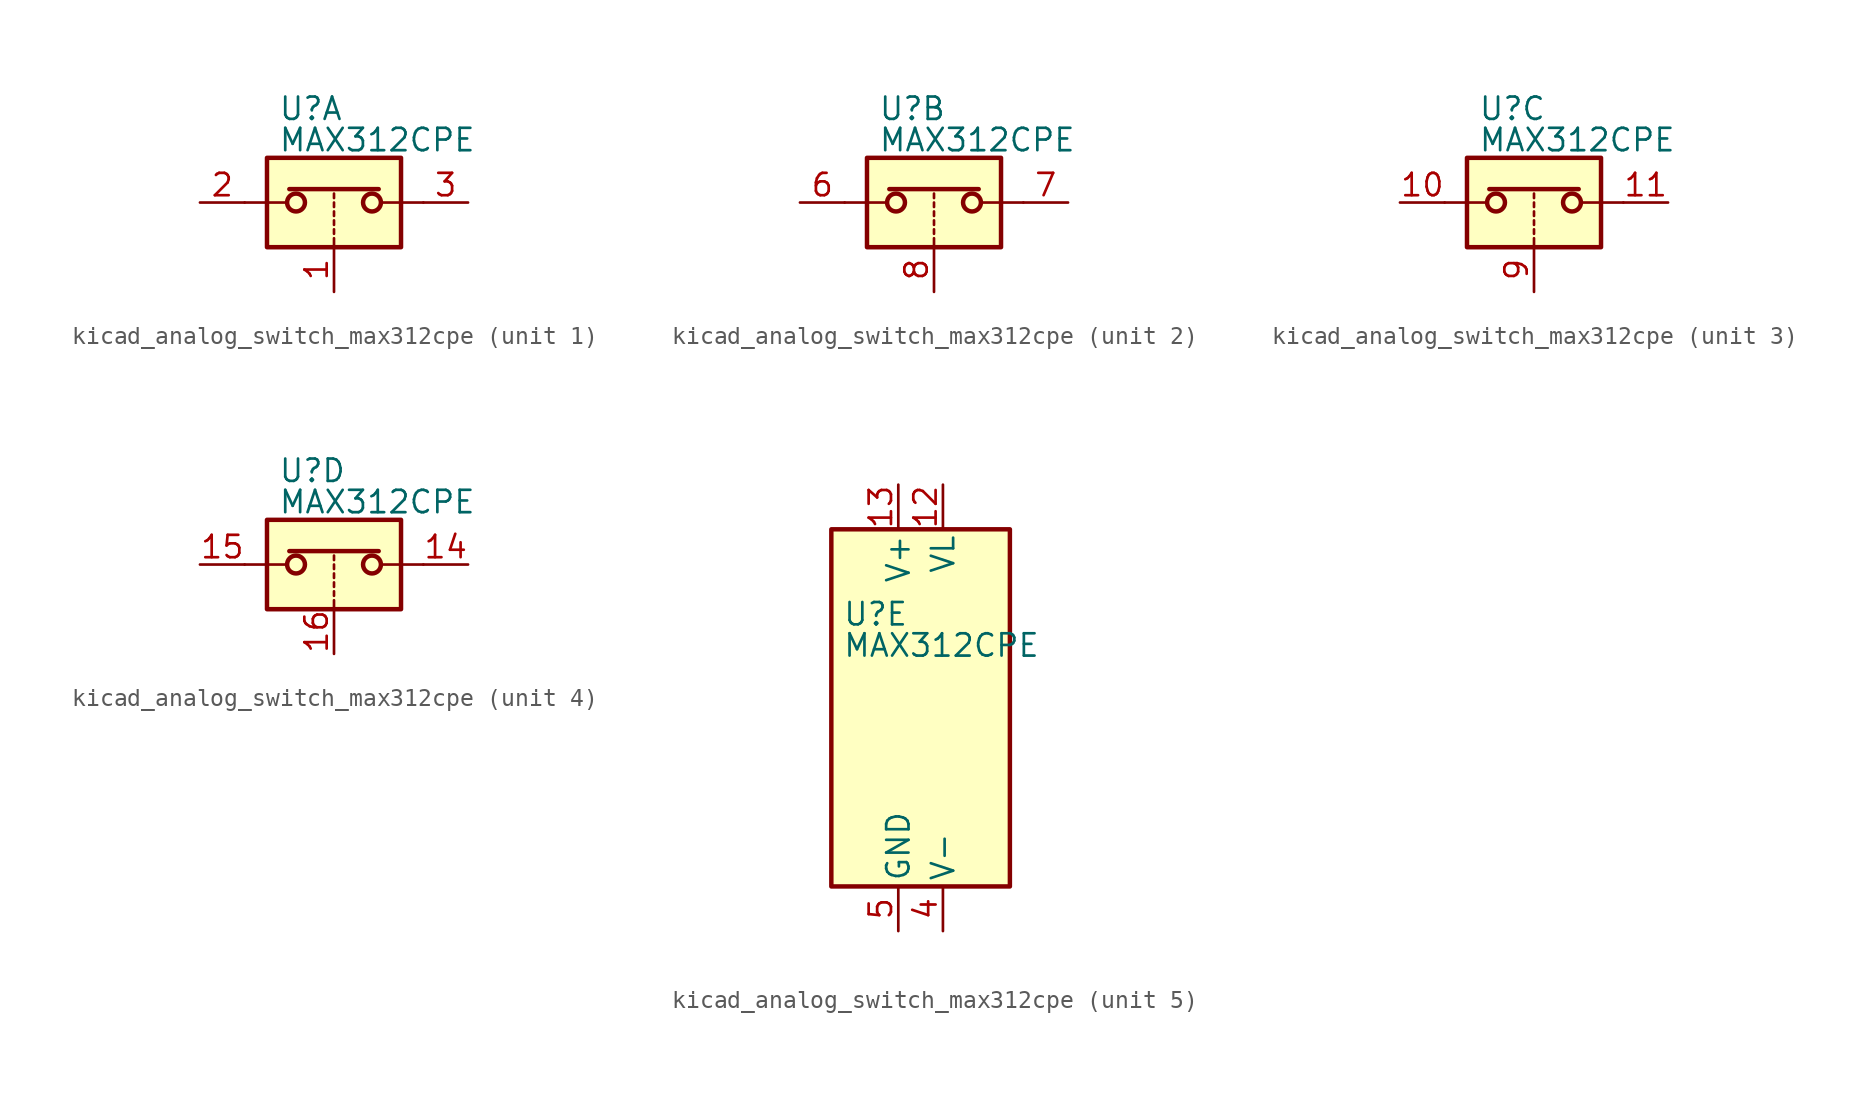
<source format=kicad_sym>
(kicad_symbol_lib
  (version 20220914)
  (generator kicad_symbol_editor)
  (symbol "kicad_analog_switch_max312cpe"
    (pin_names
      (offset 0.254))
    (property "Reference" "U"
      (at -3.175 5.334 0)
      (effects (font (size 1.27 1.27)) (justify left)))
    (property "Value" "MAX312CPE"
      (at -3.175 3.556 0)
      (effects (font (size 1.27 1.27)) (justify left)))
    (symbol "kicad_analog_switch_max312cpe_1_1"
      (rectangle (start -3.81 2.54) (end 3.81 -2.54) (stroke (width 0.254) (type default)) (fill (type background)))
      (circle (center -2.159 0) (radius 0.508) (stroke (width 0.254) (type default)) (fill (type none)))
      (polyline (pts (xy -5.08 0) (xy -2.794 0)) (stroke (width 0) (type default)) (fill (type none)))
      (polyline (pts (xy -2.54 0.762) (xy 2.54 0.762)) (stroke (width 0.254) (type default)) (fill (type none)))
      (polyline (pts (xy 0 -2.54) (xy 0 -2.032)) (stroke (width 0) (type default)) (fill (type none)))
      (polyline (pts (xy 0 -1.778) (xy 0 -1.524)) (stroke (width 0) (type default)) (fill (type none)))
      (polyline (pts (xy 0 -1.27) (xy 0 -1.016)) (stroke (width 0) (type default)) (fill (type none)))
      (polyline (pts (xy 0 -0.762) (xy 0 -0.508)) (stroke (width 0) (type default)) (fill (type none)))
      (polyline (pts (xy 0 -0.254) (xy 0 0)) (stroke (width 0) (type default)) (fill (type none)))
      (polyline (pts (xy 0 0.254) (xy 0 0.508)) (stroke (width 0) (type default)) (fill (type none)))
      (polyline (pts (xy 5.08 0) (xy 2.794 0)) (stroke (width 0) (type default)) (fill (type none)))
      (circle (center 2.159 0) (radius 0.508) (stroke (width 0.254) (type default)) (fill (type none)))
      (pin input line (at 0 -5.08 90) (length 2.54) (name "~" (effects (font (size 1.27 1.27)))) (number "1" (effects (font (size 1.27 1.27)))))
      (pin passive line (at -7.62 0 0) (length 2.54) (name "~" (effects (font (size 1.27 1.27)))) (number "2" (effects (font (size 1.27 1.27)))))
      (pin passive line (at 7.62 0 180) (length 2.54) (name "~" (effects (font (size 1.27 1.27)))) (number "3" (effects (font (size 1.27 1.27))))))
    (symbol "kicad_analog_switch_max312cpe_2_1"
      (rectangle (start -3.81 2.54) (end 3.81 -2.54) (stroke (width 0.254) (type default)) (fill (type background)))
      (circle (center -2.159 0) (radius 0.508) (stroke (width 0.254) (type default)) (fill (type none)))
      (polyline (pts (xy -5.08 0) (xy -2.794 0)) (stroke (width 0) (type default)) (fill (type none)))
      (polyline (pts (xy -2.54 0.762) (xy 2.54 0.762)) (stroke (width 0.254) (type default)) (fill (type none)))
      (polyline (pts (xy 0 -2.54) (xy 0 -2.032)) (stroke (width 0) (type default)) (fill (type none)))
      (polyline (pts (xy 0 -1.778) (xy 0 -1.524)) (stroke (width 0) (type default)) (fill (type none)))
      (polyline (pts (xy 0 -1.27) (xy 0 -1.016)) (stroke (width 0) (type default)) (fill (type none)))
      (polyline (pts (xy 0 -0.762) (xy 0 -0.508)) (stroke (width 0) (type default)) (fill (type none)))
      (polyline (pts (xy 0 -0.254) (xy 0 0)) (stroke (width 0) (type default)) (fill (type none)))
      (polyline (pts (xy 0 0.254) (xy 0 0.508)) (stroke (width 0) (type default)) (fill (type none)))
      (polyline (pts (xy 5.08 0) (xy 2.794 0)) (stroke (width 0) (type default)) (fill (type none)))
      (circle (center 2.159 0) (radius 0.508) (stroke (width 0.254) (type default)) (fill (type none)))
      (pin passive line (at -7.62 0 0) (length 2.54) (name "~" (effects (font (size 1.27 1.27)))) (number "6" (effects (font (size 1.27 1.27)))))
      (pin passive line (at 7.62 0 180) (length 2.54) (name "~" (effects (font (size 1.27 1.27)))) (number "7" (effects (font (size 1.27 1.27)))))
      (pin input line (at 0 -5.08 90) (length 2.54) (name "~" (effects (font (size 1.27 1.27)))) (number "8" (effects (font (size 1.27 1.27))))))
    (symbol "kicad_analog_switch_max312cpe_3_1"
      (rectangle (start -3.81 2.54) (end 3.81 -2.54) (stroke (width 0.254) (type default)) (fill (type background)))
      (circle (center -2.159 0) (radius 0.508) (stroke (width 0.254) (type default)) (fill (type none)))
      (polyline (pts (xy -5.08 0) (xy -2.794 0)) (stroke (width 0) (type default)) (fill (type none)))
      (polyline (pts (xy -2.54 0.762) (xy 2.54 0.762)) (stroke (width 0.254) (type default)) (fill (type none)))
      (polyline (pts (xy 0 -2.54) (xy 0 -2.032)) (stroke (width 0) (type default)) (fill (type none)))
      (polyline (pts (xy 0 -1.778) (xy 0 -1.524)) (stroke (width 0) (type default)) (fill (type none)))
      (polyline (pts (xy 0 -1.27) (xy 0 -1.016)) (stroke (width 0) (type default)) (fill (type none)))
      (polyline (pts (xy 0 -0.762) (xy 0 -0.508)) (stroke (width 0) (type default)) (fill (type none)))
      (polyline (pts (xy 0 -0.254) (xy 0 0)) (stroke (width 0) (type default)) (fill (type none)))
      (polyline (pts (xy 0 0.254) (xy 0 0.508)) (stroke (width 0) (type default)) (fill (type none)))
      (polyline (pts (xy 5.08 0) (xy 2.794 0)) (stroke (width 0) (type default)) (fill (type none)))
      (circle (center 2.159 0) (radius 0.508) (stroke (width 0.254) (type default)) (fill (type none)))
      (pin passive line (at -7.62 0 0) (length 2.54) (name "~" (effects (font (size 1.27 1.27)))) (number "10" (effects (font (size 1.27 1.27)))))
      (pin passive line (at 7.62 0 180) (length 2.54) (name "~" (effects (font (size 1.27 1.27)))) (number "11" (effects (font (size 1.27 1.27)))))
      (pin input line (at 0 -5.08 90) (length 2.54) (name "~" (effects (font (size 1.27 1.27)))) (number "9" (effects (font (size 1.27 1.27))))))
    (symbol "kicad_analog_switch_max312cpe_4_1"
      (rectangle (start -3.81 2.54) (end 3.81 -2.54) (stroke (width 0.254) (type default)) (fill (type background)))
      (circle (center -2.159 0) (radius 0.508) (stroke (width 0.254) (type default)) (fill (type none)))
      (polyline (pts (xy -5.08 0) (xy -2.794 0)) (stroke (width 0) (type default)) (fill (type none)))
      (polyline (pts (xy -2.54 0.762) (xy 2.54 0.762)) (stroke (width 0.254) (type default)) (fill (type none)))
      (polyline (pts (xy 0 -2.54) (xy 0 -2.032)) (stroke (width 0) (type default)) (fill (type none)))
      (polyline (pts (xy 0 -1.778) (xy 0 -1.524)) (stroke (width 0) (type default)) (fill (type none)))
      (polyline (pts (xy 0 -1.27) (xy 0 -1.016)) (stroke (width 0) (type default)) (fill (type none)))
      (polyline (pts (xy 0 -0.762) (xy 0 -0.508)) (stroke (width 0) (type default)) (fill (type none)))
      (polyline (pts (xy 0 -0.254) (xy 0 0)) (stroke (width 0) (type default)) (fill (type none)))
      (polyline (pts (xy 0 0.254) (xy 0 0.508)) (stroke (width 0) (type default)) (fill (type none)))
      (polyline (pts (xy 5.08 0) (xy 2.794 0)) (stroke (width 0) (type default)) (fill (type none)))
      (circle (center 2.159 0) (radius 0.508) (stroke (width 0.254) (type default)) (fill (type none)))
      (pin passive line (at 7.62 0 180) (length 2.54) (name "~" (effects (font (size 1.27 1.27)))) (number "14" (effects (font (size 1.27 1.27)))))
      (pin passive line (at -7.62 0 0) (length 2.54) (name "~" (effects (font (size 1.27 1.27)))) (number "15" (effects (font (size 1.27 1.27)))))
      (pin input line (at 0 -5.08 90) (length 2.54) (name "~" (effects (font (size 1.27 1.27)))) (number "16" (effects (font (size 1.27 1.27))))))
    (symbol "kicad_analog_switch_max312cpe_5_0"
      (pin power_in line (at 2.54 12.7 270) (length 2.54) (name "VL" (effects (font (size 1.27 1.27)))) (number "12" (effects (font (size 1.27 1.27)))))
      (pin power_in line (at 0 12.7 270) (length 2.54) (name "V+" (effects (font (size 1.27 1.27)))) (number "13" (effects (font (size 1.27 1.27)))))
      (pin power_in line (at 2.54 -12.7 90) (length 2.54) (name "V-" (effects (font (size 1.27 1.27)))) (number "4" (effects (font (size 1.27 1.27)))))
      (pin power_in line (at 0 -12.7 90) (length 2.54) (name "GND" (effects (font (size 1.27 1.27)))) (number "5" (effects (font (size 1.27 1.27))))))
    (symbol "kicad_analog_switch_max312cpe_5_1"
      (rectangle (start -3.81 10.16) (end 6.35 -10.16) (stroke (width 0.254) (type default)) (fill (type background))))))
</source>
